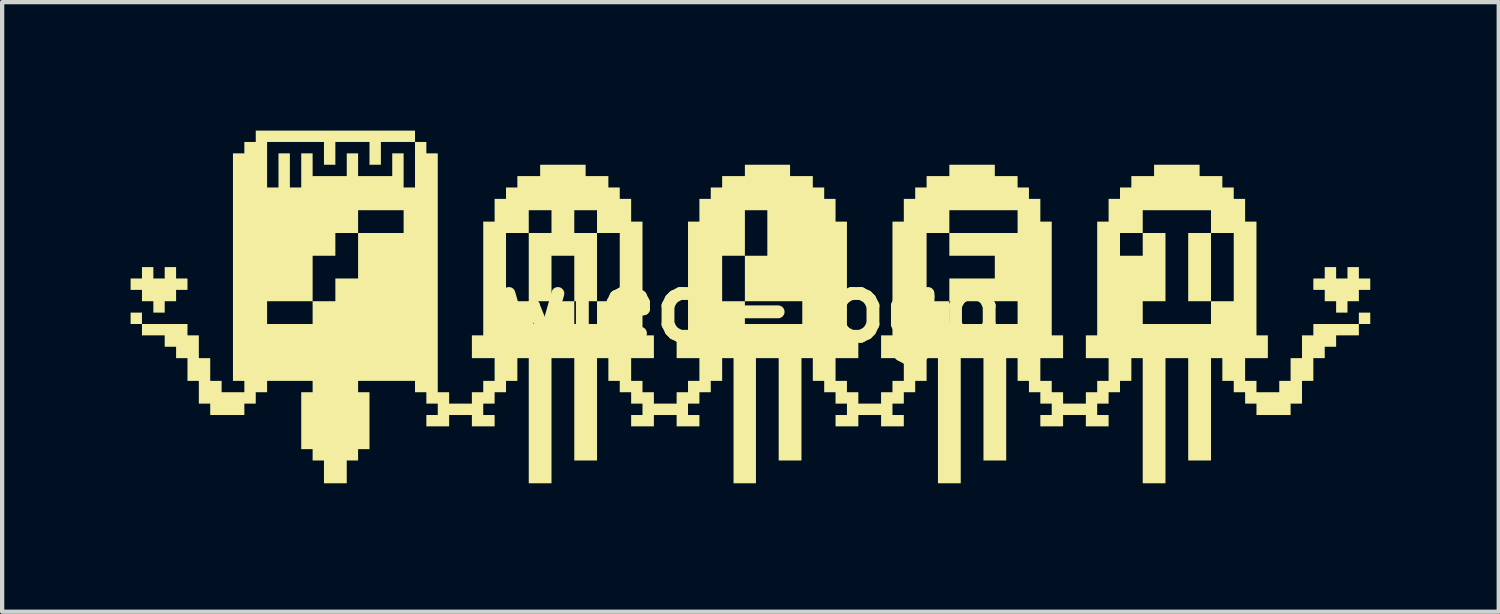
<source format=kicad_pcb>
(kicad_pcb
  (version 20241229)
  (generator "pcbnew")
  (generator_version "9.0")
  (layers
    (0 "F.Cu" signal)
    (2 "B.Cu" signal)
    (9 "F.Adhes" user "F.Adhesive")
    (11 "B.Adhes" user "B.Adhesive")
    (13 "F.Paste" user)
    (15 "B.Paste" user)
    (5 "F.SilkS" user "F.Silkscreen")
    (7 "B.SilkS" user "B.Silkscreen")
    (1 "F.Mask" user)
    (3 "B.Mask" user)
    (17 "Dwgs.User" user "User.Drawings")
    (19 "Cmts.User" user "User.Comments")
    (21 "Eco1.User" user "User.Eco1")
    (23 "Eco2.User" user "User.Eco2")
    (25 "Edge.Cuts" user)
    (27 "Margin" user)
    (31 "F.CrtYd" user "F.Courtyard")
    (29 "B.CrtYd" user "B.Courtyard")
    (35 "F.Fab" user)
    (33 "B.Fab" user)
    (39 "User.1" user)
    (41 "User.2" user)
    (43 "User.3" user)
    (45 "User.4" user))
  (footprint "wled-logo"
    (layer "F.Cu")
    (at 14.477 4.125)
    (property "Reference" "wled-logo" (at 0 0 0) (layer "F.SilkS") (effects (font (size 1.5 1.5) (thickness 0.3))))
    (attr board_only exclude_from_pos_files exclude_from_bom)
    (fp_poly (pts (xy -14.212 0.258) (xy -14.212 0.391) (xy -14.345 0.391) (xy -14.477 0.391) (xy -14.477 0.258) (xy -14.477 0.125) (xy -14.345 0.125) (xy -14.212 0.125)) (stroke (width 0) (type solid)) (fill yes) (layer "F.SilkS"))
    (fp_poly (pts (xy 10.751 -0.938) (xy 10.751 -0.141) (xy 10.485 -0.141) (xy 10.219 -0.141) (xy 10.219 -0.938) (xy 10.219 -1.734) (xy 10.485 -1.734) (xy 10.751 -1.734)) (stroke (width 0) (type solid)) (fill yes) (layer "F.SilkS"))
    (fp_poly (pts (xy -13.946 -0.805) (xy -13.946 -0.672) (xy -13.813 -0.672) (xy -13.681 -0.672) (xy -13.681 -0.805) (xy -13.681 -0.938) (xy -13.548 -0.938) (xy -13.415 -0.938) (xy -13.415 -0.805) (xy -13.415 -0.672) (xy -13.282 -0.672) (xy -13.149 -0.672) (xy -13.149 -0.539) (xy -13.149 -0.406) (xy -13.282 -0.406) (xy -13.415 -0.406) (xy -13.415 -0.273) (xy -13.415 -0.141) (xy -13.548 -0.141) (xy -13.681 -0.141) (xy -13.681 -0.008) (xy -13.681 0.125) (xy -13.813 0.125) (xy -13.946 0.125) (xy -13.946 -0.008) (xy -13.946 -0.141) (xy -14.079 -0.141) (xy -14.212 -0.141) (xy -14.212 -0.273) (xy -14.212 -0.406) (xy -14.345 -0.406) (xy -14.477 -0.406) (xy -14.477 -0.539) (xy -14.477 -0.672) (xy -14.345 -0.672) (xy -14.212 -0.672) (xy -14.212 -0.805) (xy -14.212 -0.938) (xy -14.079 -0.938) (xy -13.946 -0.938)) (stroke (width 0) (type solid)) (fill yes) (layer "F.SilkS"))
    (fp_poly (pts (xy 13.673 -0.805) (xy 13.673 -0.672) (xy 13.806 -0.672) (xy 13.938 -0.672) (xy 13.938 -0.805) (xy 13.938 -0.938) (xy 14.071 -0.938) (xy 14.204 -0.938) (xy 14.204 -0.805) (xy 14.204 -0.672) (xy 14.337 -0.672) (xy 14.47 -0.672) (xy 14.47 -0.539) (xy 14.47 -0.406) (xy 14.337 -0.406) (xy 14.204 -0.406) (xy 14.204 -0.273) (xy 14.204 -0.141) (xy 14.071 -0.141) (xy 13.938 -0.141) (xy 13.938 -0.008) (xy 13.938 0.125) (xy 13.806 0.125) (xy 13.673 0.125) (xy 13.673 -0.008) (xy 13.673 -0.141) (xy 13.54 -0.141) (xy 13.407 -0.141) (xy 13.407 -0.273) (xy 13.407 -0.406) (xy 13.274 -0.406) (xy 13.141 -0.406) (xy 13.141 -0.539) (xy 13.141 -0.672) (xy 13.274 -0.672) (xy 13.407 -0.672) (xy 13.407 -0.805) (xy 13.407 -0.938) (xy 13.54 -0.938) (xy 13.673 -0.938)) (stroke (width 0) (type solid)) (fill yes) (layer "F.SilkS"))
    (fp_poly (pts (xy -7.836 -3.992) (xy -7.836 -3.86) (xy -8.235 -3.86) (xy -8.633 -3.86) (xy -8.633 -3.594) (xy -8.633 -3.328) (xy -8.766 -3.328) (xy -8.899 -3.328) (xy -8.899 -3.594) (xy -8.899 -3.86) (xy -9.297 -3.86) (xy -9.696 -3.86) (xy -9.696 -3.594) (xy -9.696 -3.328) (xy -9.829 -3.328) (xy -9.962 -3.328) (xy -9.962 -3.594) (xy -9.962 -3.86) (xy -10.626 -3.86) (xy -11.29 -3.86) (xy -11.29 -3.328) (xy -11.29 -2.797) (xy -11.157 -2.797) (xy -11.024 -2.797) (xy -11.024 -3.196) (xy -11.024 -3.594) (xy -10.891 -3.594) (xy -10.758 -3.594) (xy -10.758 -3.196) (xy -10.758 -2.797) (xy -10.626 -2.797) (xy -10.493 -2.797) (xy -10.493 -3.196) (xy -10.493 -3.594) (xy -10.36 -3.594) (xy -10.227 -3.594) (xy -10.227 -3.328) (xy -10.227 -3.063) (xy -9.829 -3.063) (xy -9.43 -3.063) (xy -9.43 -3.328) (xy -9.43 -3.594) (xy -9.297 -3.594) (xy -9.165 -3.594) (xy -9.165 -3.328) (xy -9.165 -3.063) (xy -8.766 -3.063) (xy -8.368 -3.063) (xy -8.368 -3.328) (xy -8.368 -3.594) (xy -8.235 -3.594) (xy -8.102 -3.594) (xy -8.102 -3.196) (xy -8.102 -2.797) (xy -7.969 -2.797) (xy -7.836 -2.797) (xy -7.836 -3.328) (xy -7.836 -3.86) (xy -7.704 -3.86) (xy -7.571 -3.86) (xy -7.571 -3.727) (xy -7.571 -3.594) (xy -7.438 -3.594) (xy -7.305 -3.594) (xy -7.305 -0.805) (xy -7.305 1.984) (xy -7.172 1.984) (xy -7.039 1.984) (xy -7.039 2.117) (xy -7.039 2.25) (xy -6.774 2.25) (xy -6.508 2.25) (xy -6.508 2.117) (xy -6.508 1.984) (xy -6.375 1.984) (xy -6.243 1.984) (xy -6.243 1.852) (xy -6.243 1.719) (xy -6.11 1.719) (xy -5.977 1.719) (xy -5.977 1.453) (xy -5.977 1.188) (xy -6.243 1.188) (xy -6.508 1.188) (xy -6.508 0.922) (xy -6.508 0.656) (xy -6.375 0.656) (xy -6.243 0.656) (xy -6.243 -0.141) (xy -5.711 -0.141) (xy -5.446 -0.141) (xy -5.18 -0.141) (xy -5.18 0.125) (xy -5.18 0.391) (xy -4.914 0.391) (xy -4.649 0.391) (xy -4.649 0.125) (xy -4.649 -0.141) (xy -4.383 -0.141) (xy -4.117 -0.141) (xy -4.117 0.125) (xy -4.117 0.391) (xy -3.852 0.391) (xy -3.586 0.391) (xy -3.586 0.125) (xy -3.586 -0.141) (xy -3.321 -0.141) (xy -3.055 -0.141) (xy -3.055 -0.938) (xy -3.055 -1.734) (xy -3.321 -1.734) (xy -3.586 -1.734) (xy -3.586 -0.938) (xy -3.586 -0.141) (xy -3.852 -0.141) (xy -4.117 -0.141) (xy -4.117 -0.672) (xy -4.117 -1.203) (xy -4.383 -1.203) (xy -4.649 -1.203) (xy -4.649 -0.672) (xy -4.649 -0.141) (xy -4.914 -0.141) (xy -5.18 -0.141) (xy -5.18 -0.938) (xy -5.18 -1.734) (xy -4.914 -1.734) (xy -4.649 -1.734) (xy -4.649 -2) (xy -4.649 -2.266) (xy -4.117 -2.266) (xy -4.117 -2) (xy -4.117 -1.734) (xy -3.852 -1.734) (xy -3.586 -1.734) (xy -3.586 -2) (xy -3.586 -2.266) (xy -3.852 -2.266) (xy -4.117 -2.266) (xy -4.649 -2.266) (xy -4.914 -2.266) (xy -5.18 -2.266) (xy -5.18 -2) (xy -5.18 -1.734) (xy -5.446 -1.734) (xy -5.711 -1.734) (xy -5.711 -0.938) (xy -5.711 -0.141) (xy -6.243 -0.141) (xy -6.243 -0.672) (xy -6.243 -2) (xy -6.11 -2) (xy -5.977 -2) (xy -5.977 -2.266) (xy -5.977 -2.531) (xy -5.844 -2.531) (xy -5.711 -2.531) (xy -5.711 -2.664) (xy -5.711 -2.797) (xy -5.578 -2.797) (xy -5.446 -2.797) (xy -5.446 -2.93) (xy -5.446 -3.063) (xy -5.18 -3.063) (xy -4.914 -3.063) (xy -4.914 -3.196) (xy -4.914 -3.328) (xy -4.383 -3.328) (xy -3.852 -3.328) (xy -3.852 -3.196) (xy -3.852 -3.063) (xy -3.586 -3.063) (xy -3.321 -3.063) (xy -3.321 -2.93) (xy -3.321 -2.797) (xy -3.188 -2.797) (xy -3.055 -2.797) (xy -3.055 -2.664) (xy -3.055 -2.531) (xy -2.922 -2.531) (xy -2.789 -2.531) (xy -2.789 -2.266) (xy -2.789 -2) (xy -2.656 -2) (xy -2.524 -2) (xy -2.524 -0.672) (xy -2.524 0.656) (xy -2.391 0.656) (xy -2.258 0.656) (xy -2.258 0.922) (xy -2.258 1.188) (xy -2.524 1.188) (xy -2.789 1.188) (xy -2.789 1.453) (xy -2.789 1.719) (xy -2.656 1.719) (xy -2.524 1.719) (xy -2.524 1.852) (xy -2.524 1.984) (xy -2.391 1.984) (xy -2.258 1.984) (xy -2.258 2.117) (xy -2.258 2.25) (xy -1.992 2.25) (xy -1.727 2.25) (xy -1.727 2.117) (xy -1.727 1.984) (xy -1.594 1.984) (xy -1.461 1.984) (xy -1.461 1.852) (xy -1.461 1.719) (xy -1.328 1.719) (xy -1.195 1.719) (xy -1.195 1.453) (xy -1.195 1.188) (xy -1.461 1.188) (xy -1.727 1.188) (xy -1.727 0.922) (xy -1.727 0.656) (xy -1.594 0.656) (xy -1.461 0.656) (xy -1.461 -0.141) (xy -0.664 -0.141) (xy -0.398 -0.141) (xy -0.133 -0.141) (xy -0.133 0.125) (xy -0.133 0.391) (xy 0.66 0.391) (xy 1.453 0.391) (xy 1.453 0.125) (xy 1.453 -0.141) (xy 0.66 -0.141) (xy -0.133 -0.141) (xy -0.133 -0.672) (xy -0.133 -1.203) (xy 0.129 -1.203) (xy 0.391 -1.203) (xy 0.391 -1.734) (xy 0.391 -2.266) (xy 0.129 -2.266) (xy -0.133 -2.266) (xy -0.133 -1.734) (xy -0.133 -1.203) (xy -0.398 -1.203) (xy -0.664 -1.203) (xy -0.664 -0.672) (xy -0.664 -0.141) (xy -1.461 -0.141) (xy -1.461 -0.672) (xy -1.461 -2) (xy -1.328 -2) (xy -1.195 -2) (xy -1.195 -2.266) (xy -1.195 -2.531) (xy -1.063 -2.531) (xy -0.93 -2.531) (xy -0.93 -2.664) (xy -0.93 -2.797) (xy -0.797 -2.797) (xy -0.664 -2.797) (xy -0.664 -2.93) (xy -0.664 -3.063) (xy -0.398 -3.063) (xy -0.133 -3.063) (xy -0.133 -3.196) (xy -0.133 -3.328) (xy 0.395 -3.328) (xy 0.922 -3.328) (xy 0.922 -3.196) (xy 0.922 -3.063) (xy 1.188 -3.063) (xy 1.453 -3.063) (xy 1.453 -2.93) (xy 1.453 -2.797) (xy 1.586 -2.797) (xy 1.719 -2.797) (xy 1.719 -2.664) (xy 1.719 -2.531) (xy 1.852 -2.531) (xy 1.984 -2.531) (xy 1.984 -2.266) (xy 1.984 -2) (xy 2.117 -2) (xy 2.25 -2) (xy 2.25 -0.672) (xy 2.25 0.656) (xy 2.383 0.656) (xy 2.516 0.656) (xy 2.516 0.922) (xy 2.516 1.188) (xy 2.25 1.188) (xy 1.984 1.188) (xy 1.984 1.453) (xy 1.984 1.719) (xy 2.117 1.719) (xy 2.25 1.719) (xy 2.25 1.852) (xy 2.25 1.984) (xy 2.383 1.984) (xy 2.516 1.984) (xy 2.516 2.117) (xy 2.516 2.25) (xy 2.781 2.25) (xy 3.047 2.25) (xy 3.047 2.117) (xy 3.047 1.984) (xy 3.18 1.984) (xy 3.313 1.984) (xy 3.313 1.852) (xy 3.313 1.719) (xy 3.446 1.719) (xy 3.578 1.719) (xy 3.578 1.453) (xy 3.578 1.188) (xy 3.313 1.188) (xy 3.047 1.188) (xy 3.047 0.922) (xy 3.047 0.656) (xy 3.18 0.656) (xy 3.313 0.656) (xy 3.313 -0.141) (xy 4.11 -0.141) (xy 4.375 -0.141) (xy 4.641 -0.141) (xy 4.641 0.125) (xy 4.641 0.391) (xy 5.438 0.391) (xy 6.235 0.391) (xy 6.235 0.125) (xy 6.235 -0.141) (xy 5.438 -0.141) (xy 4.641 -0.141) (xy 4.641 -0.406) (xy 4.641 -0.672) (xy 5.172 -0.672) (xy 5.703 -0.672) (xy 5.703 -0.938) (xy 5.703 -1.203) (xy 5.172 -1.203) (xy 4.641 -1.203) (xy 4.641 -1.469) (xy 4.641 -1.734) (xy 5.438 -1.734) (xy 6.235 -1.734) (xy 6.235 -2) (xy 6.235 -2.266) (xy 5.438 -2.266) (xy 4.641 -2.266) (xy 4.641 -2) (xy 4.641 -1.734) (xy 4.375 -1.734) (xy 4.11 -1.734) (xy 4.11 -0.938) (xy 4.11 -0.141) (xy 3.313 -0.141) (xy 3.313 -0.672) (xy 3.313 -2) (xy 3.446 -2) (xy 3.578 -2) (xy 3.578 -2.266) (xy 3.578 -2.531) (xy 3.711 -2.531) (xy 3.844 -2.531) (xy 3.844 -2.664) (xy 3.844 -2.797) (xy 3.977 -2.797) (xy 4.11 -2.797) (xy 4.11 -2.93) (xy 4.11 -3.063) (xy 4.375 -3.063) (xy 4.641 -3.063) (xy 4.641 -3.196) (xy 4.641 -3.328) (xy 5.172 -3.328) (xy 5.703 -3.328) (xy 5.703 -3.196) (xy 5.703 -3.063) (xy 5.969 -3.063) (xy 6.235 -3.063) (xy 6.235 -2.93) (xy 6.235 -2.797) (xy 6.368 -2.797) (xy 6.5 -2.797) (xy 6.5 -2.664) (xy 6.5 -2.531) (xy 6.633 -2.531) (xy 6.766 -2.531) (xy 6.766 -2.266) (xy 6.766 -2) (xy 6.899 -2) (xy 7.032 -2) (xy 7.032 -0.672) (xy 7.032 0.656) (xy 7.165 0.656) (xy 7.297 0.656) (xy 7.297 0.922) (xy 7.297 1.188) (xy 7.032 1.188) (xy 6.766 1.188) (xy 6.766 1.453) (xy 6.766 1.719) (xy 6.899 1.719) (xy 7.032 1.719) (xy 7.032 1.852) (xy 7.032 1.984) (xy 7.165 1.984) (xy 7.297 1.984) (xy 7.297 2.117) (xy 7.297 2.25) (xy 7.563 2.25) (xy 7.829 2.25) (xy 7.829 2.117) (xy 7.829 1.984) (xy 7.961 1.984) (xy 8.094 1.984) (xy 8.094 1.852) (xy 8.094 1.719) (xy 8.227 1.719) (xy 8.36 1.719) (xy 8.36 1.453) (xy 8.36 1.188) (xy 8.094 1.188) (xy 7.829 1.188) (xy 7.829 0.922) (xy 7.829 0.656) (xy 7.961 0.656) (xy 8.094 0.656) (xy 8.094 -0.672) (xy 8.094 -1.203) (xy 8.626 -1.203) (xy 8.891 -1.203) (xy 9.157 -1.203) (xy 9.157 -1.469) (xy 9.157 -1.734) (xy 9.422 -1.734) (xy 9.688 -1.734) (xy 9.688 -0.938) (xy 9.688 -0.141) (xy 9.422 -0.141) (xy 9.157 -0.141) (xy 9.157 0.125) (xy 9.157 0.391) (xy 9.954 0.391) (xy 10.751 0.391) (xy 10.751 0.125) (xy 10.751 -0.141) (xy 11.016 -0.141) (xy 11.282 -0.141) (xy 11.282 -0.938) (xy 11.282 -1.734) (xy 11.016 -1.734) (xy 10.751 -1.734) (xy 10.751 -2) (xy 10.751 -2.266) (xy 9.954 -2.266) (xy 9.157 -2.266) (xy 9.157 -2) (xy 9.157 -1.734) (xy 8.891 -1.734) (xy 8.626 -1.734) (xy 8.626 -1.469) (xy 8.626 -1.203) (xy 8.094 -1.203) (xy 8.094 -2) (xy 8.227 -2) (xy 8.36 -2) (xy 8.36 -2.266) (xy 8.36 -2.531) (xy 8.493 -2.531) (xy 8.626 -2.531) (xy 8.626 -2.664) (xy 8.626 -2.797) (xy 8.758 -2.797) (xy 8.891 -2.797) (xy 8.891 -2.93) (xy 8.891 -3.063) (xy 9.157 -3.063) (xy 9.422 -3.063) (xy 9.422 -3.196) (xy 9.422 -3.328) (xy 9.954 -3.328) (xy 10.485 -3.328) (xy 10.485 -3.196) (xy 10.485 -3.063) (xy 10.751 -3.063) (xy 11.016 -3.063) (xy 11.016 -2.93) (xy 11.016 -2.797) (xy 11.149 -2.797) (xy 11.282 -2.797) (xy 11.282 -2.664) (xy 11.282 -2.531) (xy 11.415 -2.531) (xy 11.548 -2.531) (xy 11.548 -2.266) (xy 11.548 -2) (xy 11.68 -2) (xy 11.813 -2) (xy 11.813 -0.672) (xy 11.813 0.656) (xy 11.946 0.656) (xy 12.079 0.656) (xy 12.079 0.922) (xy 12.079 1.188) (xy 11.813 1.188) (xy 11.548 1.188) (xy 11.548 1.453) (xy 11.548 1.719) (xy 11.68 1.719) (xy 11.813 1.719) (xy 11.813 1.852) (xy 11.813 1.984) (xy 12.079 1.984) (xy 12.345 1.984) (xy 12.345 1.852) (xy 12.345 1.719) (xy 12.477 1.719) (xy 12.61 1.719) (xy 12.61 1.453) (xy 12.61 1.188) (xy 12.743 1.188) (xy 12.876 1.188) (xy 12.876 0.922) (xy 12.876 0.656) (xy 13.009 0.656) (xy 13.141 0.656) (xy 13.141 0.523) (xy 13.141 0.391) (xy 13.673 0.391) (xy 14.204 0.391) (xy 14.204 0.258) (xy 14.204 0.125) (xy 14.337 0.125) (xy 14.47 0.125) (xy 14.47 0.258) (xy 14.47 0.391) (xy 14.337 0.391) (xy 14.204 0.391) (xy 14.204 0.523) (xy 14.204 0.656) (xy 13.938 0.656) (xy 13.673 0.656) (xy 13.673 0.789) (xy 13.673 0.922) (xy 13.54 0.922) (xy 13.407 0.922) (xy 13.407 1.055) (xy 13.407 1.188) (xy 13.274 1.188) (xy 13.141 1.188) (xy 13.141 1.453) (xy 13.141 1.719) (xy 13.009 1.719) (xy 12.876 1.719) (xy 12.876 1.984) (xy 12.876 2.25) (xy 12.743 2.25) (xy 12.61 2.25) (xy 12.61 2.383) (xy 12.61 2.516) (xy 12.212 2.516) (xy 11.813 2.516) (xy 11.813 2.383) (xy 11.813 2.25) (xy 11.68 2.25) (xy 11.548 2.25) (xy 11.548 2.117) (xy 11.548 1.984) (xy 11.415 1.984) (xy 11.282 1.984) (xy 11.282 1.852) (xy 11.282 1.719) (xy 11.149 1.719) (xy 11.016 1.719) (xy 11.016 1.453) (xy 11.016 1.188) (xy 10.883 1.188) (xy 10.751 1.188) (xy 10.751 2.383) (xy 10.751 3.578) (xy 10.485 3.578) (xy 10.219 3.578) (xy 10.219 2.383) (xy 10.219 1.188) (xy 9.954 1.188) (xy 9.688 1.188) (xy 9.688 2.649) (xy 9.688 4.11) (xy 9.422 4.11) (xy 9.157 4.11) (xy 9.157 2.649) (xy 9.157 1.188) (xy 9.024 1.188) (xy 8.891 1.188) (xy 8.891 1.453) (xy 8.891 1.719) (xy 8.758 1.719) (xy 8.626 1.719) (xy 8.626 1.852) (xy 8.626 1.984) (xy 8.493 1.984) (xy 8.36 1.984) (xy 8.36 2.117) (xy 8.36 2.25) (xy 8.227 2.25) (xy 8.094 2.25) (xy 8.094 2.383) (xy 8.094 2.516) (xy 8.227 2.516) (xy 8.36 2.516) (xy 8.36 2.649) (xy 8.36 2.781) (xy 8.094 2.781) (xy 7.829 2.781) (xy 7.829 2.649) (xy 7.829 2.516) (xy 7.563 2.516) (xy 7.297 2.516) (xy 7.297 2.649) (xy 7.297 2.781) (xy 7.032 2.781) (xy 6.766 2.781) (xy 6.766 2.649) (xy 6.766 2.516) (xy 6.899 2.516) (xy 7.032 2.516) (xy 7.032 2.383) (xy 7.032 2.25) (xy 6.899 2.25) (xy 6.766 2.25) (xy 6.766 2.117) (xy 6.766 1.984) (xy 6.633 1.984) (xy 6.5 1.984) (xy 6.5 1.852) (xy 6.5 1.719) (xy 6.368 1.719) (xy 6.235 1.719) (xy 6.235 1.453) (xy 6.235 1.188) (xy 6.102 1.188) (xy 5.969 1.188) (xy 5.969 2.383) (xy 5.969 3.578) (xy 5.703 3.578) (xy 5.438 3.578) (xy 5.438 2.383) (xy 5.438 1.188) (xy 5.172 1.188) (xy 4.907 1.188) (xy 4.907 2.649) (xy 4.907 4.11) (xy 4.641 4.11) (xy 4.375 4.11) (xy 4.375 2.649) (xy 4.375 1.188) (xy 4.242 1.188) (xy 4.11 1.188) (xy 4.11 1.453) (xy 4.11 1.719) (xy 3.977 1.719) (xy 3.844 1.719) (xy 3.844 1.852) (xy 3.844 1.984) (xy 3.711 1.984) (xy 3.578 1.984) (xy 3.578 2.117) (xy 3.578 2.25) (xy 3.446 2.25) (xy 3.313 2.25) (xy 3.313 2.383) (xy 3.313 2.516) (xy 3.446 2.516) (xy 3.578 2.516) (xy 3.578 2.649) (xy 3.578 2.781) (xy 3.313 2.781) (xy 3.047 2.781) (xy 3.047 2.649) (xy 3.047 2.516) (xy 2.781 2.516) (xy 2.516 2.516) (xy 2.516 2.649) (xy 2.516 2.781) (xy 2.25 2.781) (xy 1.984 2.781) (xy 1.984 2.649) (xy 1.984 2.516) (xy 2.117 2.516) (xy 2.25 2.516) (xy 2.25 2.383) (xy 2.25 2.25) (xy 2.117 2.25) (xy 1.984 2.25) (xy 1.984 2.117) (xy 1.984 1.984) (xy 1.852 1.984) (xy 1.719 1.984) (xy 1.719 1.852) (xy 1.719 1.719) (xy 1.586 1.719) (xy 1.453 1.719) (xy 1.453 1.453) (xy 1.453 1.188) (xy 1.32 1.188) (xy 1.188 1.188) (xy 1.188 2.383) (xy 1.188 3.578) (xy 0.922 3.578) (xy 0.656 3.578) (xy 0.656 2.383) (xy 0.656 1.188) (xy 0.391 1.188) (xy 0.125 1.188) (xy 0.125 2.649) (xy 0.125 4.11) (xy -0.137 4.11) (xy -0.398 4.11) (xy -0.398 2.649) (xy -0.398 1.188) (xy -0.531 1.188) (xy -0.664 1.188) (xy -0.664 1.453) (xy -0.664 1.719) (xy -0.797 1.719) (xy -0.93 1.719) (xy -0.93 1.852) (xy -0.93 1.984) (xy -1.063 1.984) (xy -1.195 1.984) (xy -1.195 2.117) (xy -1.195 2.25) (xy -1.328 2.25) (xy -1.461 2.25) (xy -1.461 2.383) (xy -1.461 2.516) (xy -1.328 2.516) (xy -1.195 2.516) (xy -1.195 2.649) (xy -1.195 2.781) (xy -1.461 2.781) (xy -1.727 2.781) (xy -1.727 2.649) (xy -1.727 2.516) (xy -1.992 2.516) (xy -2.258 2.516) (xy -2.258 2.649) (xy -2.258 2.781) (xy -2.524 2.781) (xy -2.789 2.781) (xy -2.789 2.649) (xy -2.789 2.516) (xy -2.656 2.516) (xy -2.524 2.516) (xy -2.524 2.383) (xy -2.524 2.25) (xy -2.656 2.25) (xy -2.789 2.25) (xy -2.789 2.117) (xy -2.789 1.984) (xy -2.922 1.984) (xy -3.055 1.984) (xy -3.055 1.852) (xy -3.055 1.719) (xy -3.188 1.719) (xy -3.321 1.719) (xy -3.321 1.453) (xy -3.321 1.188) (xy -3.453 1.188) (xy -3.586 1.188) (xy -3.586 2.383) (xy -3.586 3.578) (xy -3.852 3.578) (xy -4.117 3.578) (xy -4.117 2.383) (xy -4.117 1.188) (xy -4.383 1.188) (xy -4.649 1.188) (xy -4.649 2.649) (xy -4.649 4.11) (xy -4.914 4.11) (xy -5.18 4.11) (xy -5.18 2.649) (xy -5.18 1.188) (xy -5.313 1.188) (xy -5.446 1.188) (xy -5.446 1.453) (xy -5.446 1.719) (xy -5.578 1.719) (xy -5.711 1.719) (xy -5.711 1.852) (xy -5.711 1.984) (xy -5.844 1.984) (xy -5.977 1.984) (xy -5.977 2.117) (xy -5.977 2.25) (xy -6.11 2.25) (xy -6.243 2.25) (xy -6.243 2.383) (xy -6.243 2.516) (xy -6.11 2.516) (xy -5.977 2.516) (xy -5.977 2.649) (xy -5.977 2.781) (xy -6.243 2.781) (xy -6.508 2.781) (xy -6.508 2.649) (xy -6.508 2.516) (xy -6.774 2.516) (xy -7.039 2.516) (xy -7.039 2.649) (xy -7.039 2.781) (xy -7.305 2.781) (xy -7.571 2.781) (xy -7.571 2.649) (xy -7.571 2.516) (xy -7.438 2.516) (xy -7.305 2.516) (xy -7.305 2.383) (xy -7.305 2.25) (xy -7.438 2.25) (xy -7.571 2.25) (xy -7.571 2.117) (xy -7.571 1.984) (xy -7.704 1.984) (xy -7.836 1.984) (xy -7.836 1.852) (xy -7.836 1.719) (xy -8.501 1.719) (xy -9.165 1.719) (xy -9.165 1.852) (xy -9.165 1.984) (xy -9.032 1.984) (xy -8.899 1.984) (xy -8.899 2.649) (xy -8.899 3.313) (xy -9.032 3.313) (xy -9.165 3.313) (xy -9.165 3.446) (xy -9.165 3.578) (xy -9.297 3.578) (xy -9.43 3.578) (xy -9.43 3.844) (xy -9.43 4.11) (xy -9.696 4.11) (xy -9.962 4.11) (xy -9.962 3.844) (xy -9.962 3.578) (xy -10.094 3.578) (xy -10.227 3.578) (xy -10.227 3.446) (xy -10.227 3.313) (xy -10.36 3.313) (xy -10.493 3.313) (xy -10.493 2.649) (xy -10.493 1.984) (xy -10.36 1.984) (xy -10.227 1.984) (xy -10.227 1.852) (xy -10.227 1.719) (xy -10.758 1.719) (xy -11.29 1.719) (xy -11.29 1.852) (xy -11.29 1.984) (xy -11.423 1.984) (xy -11.555 1.984) (xy -11.555 2.117) (xy -11.555 2.25) (xy -11.688 2.25) (xy -11.821 2.25) (xy -11.821 2.383) (xy -11.821 2.516) (xy -12.22 2.516) (xy -12.618 2.516) (xy -12.618 2.383) (xy -12.618 2.25) (xy -12.751 2.25) (xy -12.884 2.25) (xy -12.884 1.984) (xy -12.884 1.719) (xy -13.016 1.719) (xy -13.149 1.719) (xy -13.149 1.453) (xy -13.149 1.188) (xy -13.282 1.188) (xy -13.415 1.188) (xy -13.415 1.055) (xy -13.415 0.922) (xy -13.548 0.922) (xy -13.681 0.922) (xy -13.681 0.789) (xy -13.681 0.656) (xy -13.946 0.656) (xy -14.212 0.656) (xy -14.212 0.523) (xy -14.212 0.391) (xy -13.681 0.391) (xy -13.149 0.391) (xy -13.149 0.523) (xy -13.149 0.656) (xy -13.016 0.656) (xy -12.884 0.656) (xy -12.884 0.922) (xy -12.884 1.188) (xy -12.751 1.188) (xy -12.618 1.188) (xy -12.618 1.453) (xy -12.618 1.719) (xy -12.485 1.719) (xy -12.352 1.719) (xy -12.352 1.852) (xy -12.352 1.984) (xy -12.087 1.984) (xy -11.821 1.984) (xy -11.821 1.852) (xy -11.821 1.719) (xy -11.954 1.719) (xy -12.087 1.719) (xy -12.087 0.391) (xy -11.29 0.391) (xy -10.758 0.391) (xy -10.227 0.391) (xy -10.227 0.125) (xy -10.227 -0.141) (xy -9.962 -0.141) (xy -9.696 -0.141) (xy -9.696 -0.406) (xy -9.696 -0.672) (xy -9.43 -0.672) (xy -9.165 -0.672) (xy -9.165 -1.203) (xy -9.165 -1.734) (xy -8.633 -1.734) (xy -8.102 -1.734) (xy -8.102 -2) (xy -8.102 -2.266) (xy -8.633 -2.266) (xy -9.165 -2.266) (xy -9.165 -2) (xy -9.165 -1.734) (xy -9.43 -1.734) (xy -9.696 -1.734) (xy -9.696 -1.469) (xy -9.696 -1.203) (xy -9.962 -1.203) (xy -10.227 -1.203) (xy -10.227 -0.672) (xy -10.227 -0.141) (xy -10.758 -0.141) (xy -11.29 -0.141) (xy -11.29 0.125) (xy -11.29 0.391) (xy -12.087 0.391) (xy -12.087 -0.938) (xy -12.087 -3.594) (xy -11.954 -3.594) (xy -11.821 -3.594) (xy -11.821 -3.727) (xy -11.821 -3.86) (xy -11.688 -3.86) (xy -11.555 -3.86) (xy -11.555 -3.992) (xy -11.555 -4.125) (xy -9.696 -4.125) (xy -7.836 -4.125)) (stroke (width 0) (type solid)) (fill yes) (layer "F.SilkS")))
  (gr_rect
    (start -3 -3)
    (end 31.947 11.235)
    (stroke (width 0.1) (type default))
    (fill no)
    (layer "Edge.Cuts")))
</source>
